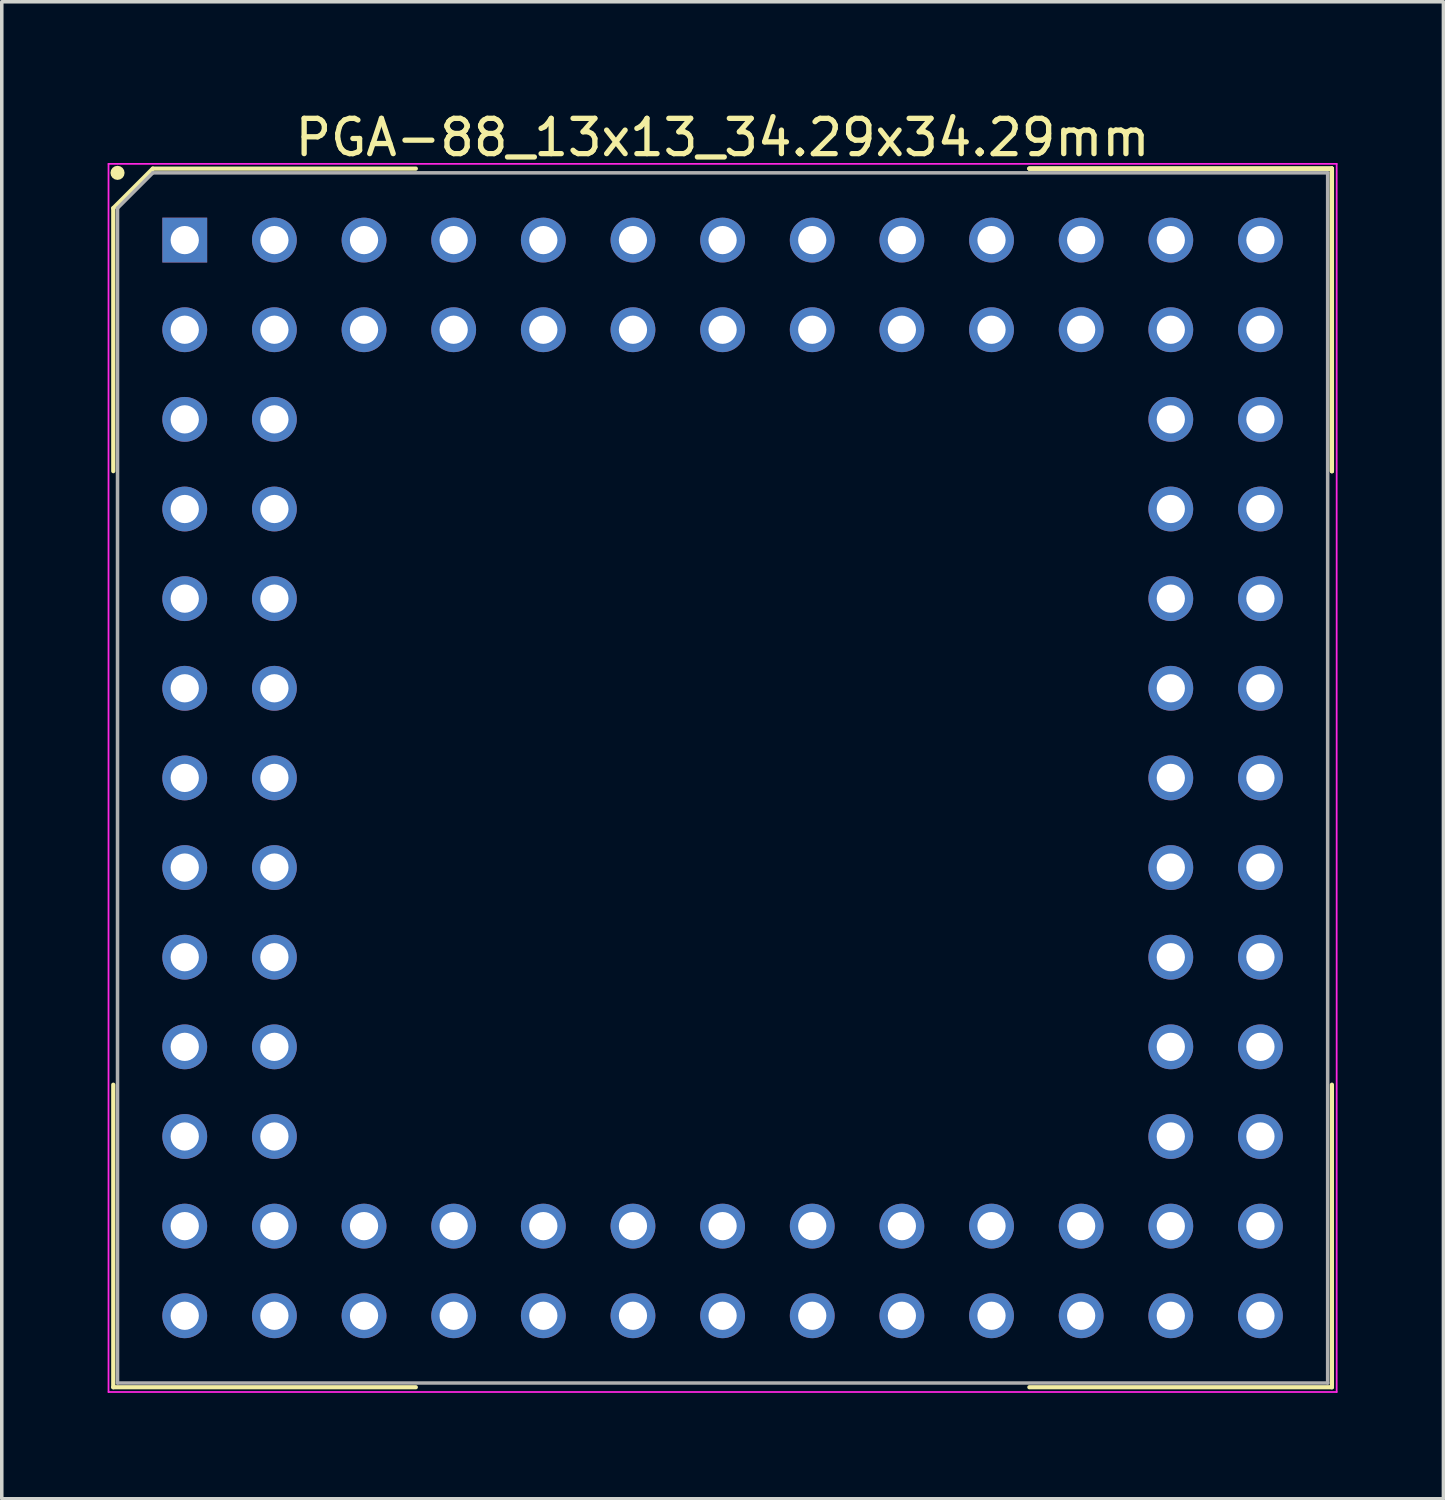
<source format=kicad_pcb>
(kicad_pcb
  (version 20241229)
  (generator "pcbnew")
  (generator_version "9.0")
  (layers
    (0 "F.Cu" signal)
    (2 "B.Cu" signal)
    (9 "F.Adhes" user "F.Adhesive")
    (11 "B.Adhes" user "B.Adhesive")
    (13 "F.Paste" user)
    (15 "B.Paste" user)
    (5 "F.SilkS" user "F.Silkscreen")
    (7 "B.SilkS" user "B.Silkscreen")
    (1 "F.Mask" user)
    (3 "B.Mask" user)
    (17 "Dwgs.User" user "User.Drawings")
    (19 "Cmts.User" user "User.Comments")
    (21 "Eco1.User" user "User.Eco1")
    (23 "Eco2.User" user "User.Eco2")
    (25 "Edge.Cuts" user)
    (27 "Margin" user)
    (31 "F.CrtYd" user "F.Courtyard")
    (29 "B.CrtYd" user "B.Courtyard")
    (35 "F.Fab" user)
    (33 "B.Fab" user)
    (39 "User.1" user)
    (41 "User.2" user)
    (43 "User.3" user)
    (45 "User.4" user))
  (footprint "PGA-88_13x13_34.29x34.29mm"
    (layer "F.Cu")
    (at 17.425 18.993)
    (property "Reference" "PGA-88_13x13_34.29x34.29mm" (at 0 -18.145 0) (layer "F.SilkS") (effects (font (size 1 1) (thickness 0.15))))
    (attr through_hole)
    (fp_line (start -17.265 -16.145) (end -17.265 -8.693) (stroke (width 0.12) (type solid)) (layer "F.SilkS"))
    (fp_line (start -17.265 17.265) (end -17.265 8.693) (stroke (width 0.12) (type solid)) (layer "F.SilkS"))
    (fp_line (start -16.145 -17.265) (end -17.265 -16.145) (stroke (width 0.12) (type solid)) (layer "F.SilkS"))
    (fp_line (start -8.693 -17.265) (end -16.145 -17.265) (stroke (width 0.12) (type solid)) (layer "F.SilkS"))
    (fp_line (start -8.693 17.265) (end -17.265 17.265) (stroke (width 0.12) (type solid)) (layer "F.SilkS"))
    (fp_line (start 8.693 -17.265) (end 17.265 -17.265) (stroke (width 0.12) (type solid)) (layer "F.SilkS"))
    (fp_line (start 8.693 -17.265) (end 17.265 -17.265) (stroke (width 0.12) (type solid)) (layer "F.SilkS"))
    (fp_line (start 8.693 -17.265) (end 17.265 -17.265) (stroke (width 0.12) (type solid)) (layer "F.SilkS"))
    (fp_line (start 8.693 17.265) (end 17.265 17.265) (stroke (width 0.12) (type solid)) (layer "F.SilkS"))
    (fp_line (start 17.265 -17.265) (end 17.265 -8.693) (stroke (width 0.12) (type solid)) (layer "F.SilkS"))
    (fp_line (start 17.265 -17.265) (end 17.265 -8.693) (stroke (width 0.12) (type solid)) (layer "F.SilkS"))
    (fp_line (start 17.265 -17.265) (end 17.265 -8.693) (stroke (width 0.12) (type solid)) (layer "F.SilkS"))
    (fp_line (start 17.265 17.265) (end 17.265 8.693) (stroke (width 0.12) (type solid)) (layer "F.SilkS"))
    (fp_circle (center -17.145 -17.145) (end -17.145 -17.045) (stroke (width 0.2) (type solid)) (fill no) (layer "F.SilkS"))
    (fp_line (start -17.4 -17.4) (end 17.4 -17.4) (stroke (width 0.05) (type solid)) (layer "F.CrtYd"))
    (fp_line (start -17.4 17.4) (end -17.4 -17.4) (stroke (width 0.05) (type solid)) (layer "F.CrtYd"))
    (fp_line (start 17.4 -17.4) (end 17.4 17.4) (stroke (width 0.05) (type solid)) (layer "F.CrtYd"))
    (fp_line (start 17.4 17.4) (end -17.4 17.4) (stroke (width 0.05) (type solid)) (layer "F.CrtYd"))
    (fp_line (start -17.145 -16.145) (end -17.145 17.145) (stroke (width 0.1) (type solid)) (layer "F.Fab"))
    (fp_line (start -17.145 17.145) (end 17.145 17.145) (stroke (width 0.1) (type solid)) (layer "F.Fab"))
    (fp_line (start -16.145 -17.145) (end -17.145 -16.145) (stroke (width 0.1) (type solid)) (layer "F.Fab"))
    (fp_line (start 17.145 -17.145) (end -16.145 -17.145) (stroke (width 0.1) (type solid)) (layer "F.Fab"))
    (fp_line (start 17.145 17.145) (end 17.145 -17.145) (stroke (width 0.1) (type solid)) (layer "F.Fab"))
    (pad "A1" thru_hole trapezoid (at -15.24 -15.24) (size 1.27 1.27) (drill 0.8) (layers "*.Cu" "*.Mask"))
    (pad "A2" thru_hole circle (at -12.7 -15.24) (size 1.27 1.27) (drill 0.8) (layers "*.Cu" "*.Mask"))
    (pad "A3" thru_hole circle (at -10.16 -15.24) (size 1.27 1.27) (drill 0.8) (layers "*.Cu" "*.Mask"))
    (pad "A4" thru_hole circle (at -7.62 -15.24) (size 1.27 1.27) (drill 0.8) (layers "*.Cu" "*.Mask"))
    (pad "A5" thru_hole circle (at -5.08 -15.24) (size 1.27 1.27) (drill 0.8) (layers "*.Cu" "*.Mask"))
    (pad "A6" thru_hole circle (at -2.54 -15.24) (size 1.27 1.27) (drill 0.8) (layers "*.Cu" "*.Mask"))
    (pad "A7" thru_hole circle (at 0 -15.24) (size 1.27 1.27) (drill 0.8) (layers "*.Cu" "*.Mask"))
    (pad "A8" thru_hole circle (at 2.54 -15.24) (size 1.27 1.27) (drill 0.8) (layers "*.Cu" "*.Mask"))
    (pad "A9" thru_hole circle (at 5.08 -15.24) (size 1.27 1.27) (drill 0.8) (layers "*.Cu" "*.Mask"))
    (pad "A10" thru_hole circle (at 7.62 -15.24) (size 1.27 1.27) (drill 0.8) (layers "*.Cu" "*.Mask"))
    (pad "A11" thru_hole circle (at 10.16 -15.24) (size 1.27 1.27) (drill 0.8) (layers "*.Cu" "*.Mask"))
    (pad "A12" thru_hole circle (at 12.7 -15.24) (size 1.27 1.27) (drill 0.8) (layers "*.Cu" "*.Mask"))
    (pad "A13" thru_hole circle (at 15.24 -15.24) (size 1.27 1.27) (drill 0.8) (layers "*.Cu" "*.Mask"))
    (pad "B1" thru_hole circle (at -15.24 -12.7) (size 1.27 1.27) (drill 0.8) (layers "*.Cu" "*.Mask"))
    (pad "B2" thru_hole circle (at -12.7 -12.7) (size 1.27 1.27) (drill 0.8) (layers "*.Cu" "*.Mask"))
    (pad "B3" thru_hole circle (at -10.16 -12.7) (size 1.27 1.27) (drill 0.8) (layers "*.Cu" "*.Mask"))
    (pad "B4" thru_hole circle (at -7.62 -12.7) (size 1.27 1.27) (drill 0.8) (layers "*.Cu" "*.Mask"))
    (pad "B5" thru_hole circle (at -5.08 -12.7) (size 1.27 1.27) (drill 0.8) (layers "*.Cu" "*.Mask"))
    (pad "B6" thru_hole circle (at -2.54 -12.7) (size 1.27 1.27) (drill 0.8) (layers "*.Cu" "*.Mask"))
    (pad "B7" thru_hole circle (at 0 -12.7) (size 1.27 1.27) (drill 0.8) (layers "*.Cu" "*.Mask"))
    (pad "B8" thru_hole circle (at 2.54 -12.7) (size 1.27 1.27) (drill 0.8) (layers "*.Cu" "*.Mask"))
    (pad "B9" thru_hole circle (at 5.08 -12.7) (size 1.27 1.27) (drill 0.8) (layers "*.Cu" "*.Mask"))
    (pad "B10" thru_hole circle (at 7.62 -12.7) (size 1.27 1.27) (drill 0.8) (layers "*.Cu" "*.Mask"))
    (pad "B11" thru_hole circle (at 10.16 -12.7) (size 1.27 1.27) (drill 0.8) (layers "*.Cu" "*.Mask"))
    (pad "B12" thru_hole circle (at 12.7 -12.7) (size 1.27 1.27) (drill 0.8) (layers "*.Cu" "*.Mask"))
    (pad "B13" thru_hole circle (at 15.24 -12.7) (size 1.27 1.27) (drill 0.8) (layers "*.Cu" "*.Mask"))
    (pad "C1" thru_hole circle (at -15.24 -10.16) (size 1.27 1.27) (drill 0.8) (layers "*.Cu" "*.Mask"))
    (pad "C2" thru_hole circle (at -12.7 -10.16) (size 1.27 1.27) (drill 0.8) (layers "*.Cu" "*.Mask"))
    (pad "C12" thru_hole circle (at 12.7 -10.16) (size 1.27 1.27) (drill 0.8) (layers "*.Cu" "*.Mask"))
    (pad "C13" thru_hole circle (at 15.24 -10.16) (size 1.27 1.27) (drill 0.8) (layers "*.Cu" "*.Mask"))
    (pad "D1" thru_hole circle (at -15.24 -7.62) (size 1.27 1.27) (drill 0.8) (layers "*.Cu" "*.Mask"))
    (pad "D2" thru_hole circle (at -12.7 -7.62) (size 1.27 1.27) (drill 0.8) (layers "*.Cu" "*.Mask"))
    (pad "D12" thru_hole circle (at 12.7 -7.62) (size 1.27 1.27) (drill 0.8) (layers "*.Cu" "*.Mask"))
    (pad "D13" thru_hole circle (at 15.24 -7.62) (size 1.27 1.27) (drill 0.8) (layers "*.Cu" "*.Mask"))
    (pad "E1" thru_hole circle (at -15.24 -5.08) (size 1.27 1.27) (drill 0.8) (layers "*.Cu" "*.Mask"))
    (pad "E2" thru_hole circle (at -12.7 -5.08) (size 1.27 1.27) (drill 0.8) (layers "*.Cu" "*.Mask"))
    (pad "E12" thru_hole circle (at 12.7 -5.08) (size 1.27 1.27) (drill 0.8) (layers "*.Cu" "*.Mask"))
    (pad "E13" thru_hole circle (at 15.24 -5.08) (size 1.27 1.27) (drill 0.8) (layers "*.Cu" "*.Mask"))
    (pad "F1" thru_hole circle (at -15.24 -2.54) (size 1.27 1.27) (drill 0.8) (layers "*.Cu" "*.Mask"))
    (pad "F2" thru_hole circle (at -12.7 -2.54) (size 1.27 1.27) (drill 0.8) (layers "*.Cu" "*.Mask"))
    (pad "F12" thru_hole circle (at 12.7 -2.54) (size 1.27 1.27) (drill 0.8) (layers "*.Cu" "*.Mask"))
    (pad "F13" thru_hole circle (at 15.24 -2.54) (size 1.27 1.27) (drill 0.8) (layers "*.Cu" "*.Mask"))
    (pad "G1" thru_hole circle (at -15.24 0) (size 1.27 1.27) (drill 0.8) (layers "*.Cu" "*.Mask"))
    (pad "G2" thru_hole circle (at -12.7 0) (size 1.27 1.27) (drill 0.8) (layers "*.Cu" "*.Mask"))
    (pad "G12" thru_hole circle (at 12.7 0) (size 1.27 1.27) (drill 0.8) (layers "*.Cu" "*.Mask"))
    (pad "G13" thru_hole circle (at 15.24 0) (size 1.27 1.27) (drill 0.8) (layers "*.Cu" "*.Mask"))
    (pad "H1" thru_hole circle (at -15.24 2.54) (size 1.27 1.27) (drill 0.8) (layers "*.Cu" "*.Mask"))
    (pad "H2" thru_hole circle (at -12.7 2.54) (size 1.27 1.27) (drill 0.8) (layers "*.Cu" "*.Mask"))
    (pad "H12" thru_hole circle (at 12.7 2.54) (size 1.27 1.27) (drill 0.8) (layers "*.Cu" "*.Mask"))
    (pad "H13" thru_hole circle (at 15.24 2.54) (size 1.27 1.27) (drill 0.8) (layers "*.Cu" "*.Mask"))
    (pad "J1" thru_hole circle (at -15.24 5.08) (size 1.27 1.27) (drill 0.8) (layers "*.Cu" "*.Mask"))
    (pad "J2" thru_hole circle (at -12.7 5.08) (size 1.27 1.27) (drill 0.8) (layers "*.Cu" "*.Mask"))
    (pad "J12" thru_hole circle (at 12.7 5.08) (size 1.27 1.27) (drill 0.8) (layers "*.Cu" "*.Mask"))
    (pad "J13" thru_hole circle (at 15.24 5.08) (size 1.27 1.27) (drill 0.8) (layers "*.Cu" "*.Mask"))
    (pad "K1" thru_hole circle (at -15.24 7.62) (size 1.27 1.27) (drill 0.8) (layers "*.Cu" "*.Mask"))
    (pad "K2" thru_hole circle (at -12.7 7.62) (size 1.27 1.27) (drill 0.8) (layers "*.Cu" "*.Mask"))
    (pad "K12" thru_hole circle (at 12.7 7.62) (size 1.27 1.27) (drill 0.8) (layers "*.Cu" "*.Mask"))
    (pad "K13" thru_hole circle (at 15.24 7.62) (size 1.27 1.27) (drill 0.8) (layers "*.Cu" "*.Mask"))
    (pad "L1" thru_hole circle (at -15.24 10.16) (size 1.27 1.27) (drill 0.8) (layers "*.Cu" "*.Mask"))
    (pad "L2" thru_hole circle (at -12.7 10.16) (size 1.27 1.27) (drill 0.8) (layers "*.Cu" "*.Mask"))
    (pad "L12" thru_hole circle (at 12.7 10.16) (size 1.27 1.27) (drill 0.8) (layers "*.Cu" "*.Mask"))
    (pad "L13" thru_hole circle (at 15.24 10.16) (size 1.27 1.27) (drill 0.8) (layers "*.Cu" "*.Mask"))
    (pad "M1" thru_hole circle (at -15.24 12.7) (size 1.27 1.27) (drill 0.8) (layers "*.Cu" "*.Mask"))
    (pad "M2" thru_hole circle (at -12.7 12.7) (size 1.27 1.27) (drill 0.8) (layers "*.Cu" "*.Mask"))
    (pad "M3" thru_hole circle (at -10.16 12.7) (size 1.27 1.27) (drill 0.8) (layers "*.Cu" "*.Mask"))
    (pad "M4" thru_hole circle (at -7.62 12.7) (size 1.27 1.27) (drill 0.8) (layers "*.Cu" "*.Mask"))
    (pad "M5" thru_hole circle (at -5.08 12.7) (size 1.27 1.27) (drill 0.8) (layers "*.Cu" "*.Mask"))
    (pad "M6" thru_hole circle (at -2.54 12.7) (size 1.27 1.27) (drill 0.8) (layers "*.Cu" "*.Mask"))
    (pad "M7" thru_hole circle (at 0 12.7) (size 1.27 1.27) (drill 0.8) (layers "*.Cu" "*.Mask"))
    (pad "M8" thru_hole circle (at 2.54 12.7) (size 1.27 1.27) (drill 0.8) (layers "*.Cu" "*.Mask"))
    (pad "M9" thru_hole circle (at 5.08 12.7) (size 1.27 1.27) (drill 0.8) (layers "*.Cu" "*.Mask"))
    (pad "M10" thru_hole circle (at 7.62 12.7) (size 1.27 1.27) (drill 0.8) (layers "*.Cu" "*.Mask"))
    (pad "M11" thru_hole circle (at 10.16 12.7) (size 1.27 1.27) (drill 0.8) (layers "*.Cu" "*.Mask"))
    (pad "M12" thru_hole circle (at 12.7 12.7) (size 1.27 1.27) (drill 0.8) (layers "*.Cu" "*.Mask"))
    (pad "M13" thru_hole circle (at 15.24 12.7) (size 1.27 1.27) (drill 0.8) (layers "*.Cu" "*.Mask"))
    (pad "N1" thru_hole circle (at -15.24 15.24) (size 1.27 1.27) (drill 0.8) (layers "*.Cu" "*.Mask"))
    (pad "N2" thru_hole circle (at -12.7 15.24) (size 1.27 1.27) (drill 0.8) (layers "*.Cu" "*.Mask"))
    (pad "N3" thru_hole circle (at -10.16 15.24) (size 1.27 1.27) (drill 0.8) (layers "*.Cu" "*.Mask"))
    (pad "N4" thru_hole circle (at -7.62 15.24) (size 1.27 1.27) (drill 0.8) (layers "*.Cu" "*.Mask"))
    (pad "N5" thru_hole circle (at -5.08 15.24) (size 1.27 1.27) (drill 0.8) (layers "*.Cu" "*.Mask"))
    (pad "N6" thru_hole circle (at -2.54 15.24) (size 1.27 1.27) (drill 0.8) (layers "*.Cu" "*.Mask"))
    (pad "N7" thru_hole circle (at 0 15.24) (size 1.27 1.27) (drill 0.8) (layers "*.Cu" "*.Mask"))
    (pad "N8" thru_hole circle (at 2.54 15.24) (size 1.27 1.27) (drill 0.8) (layers "*.Cu" "*.Mask"))
    (pad "N9" thru_hole circle (at 5.08 15.24) (size 1.27 1.27) (drill 0.8) (layers "*.Cu" "*.Mask"))
    (pad "N10" thru_hole circle (at 7.62 15.24) (size 1.27 1.27) (drill 0.8) (layers "*.Cu" "*.Mask"))
    (pad "N11" thru_hole circle (at 10.16 15.24) (size 1.27 1.27) (drill 0.8) (layers "*.Cu" "*.Mask"))
    (pad "N12" thru_hole circle (at 12.7 15.24) (size 1.27 1.27) (drill 0.8) (layers "*.Cu" "*.Mask"))
    (pad "N13" thru_hole circle (at 15.24 15.24) (size 1.27 1.27) (drill 0.8) (layers "*.Cu" "*.Mask")))
  (gr_rect
    (start -3 -3)
    (end 37.85 39.418)
    (stroke (width 0.1) (type default))
    (fill no)
    (layer "Edge.Cuts")))
</source>
